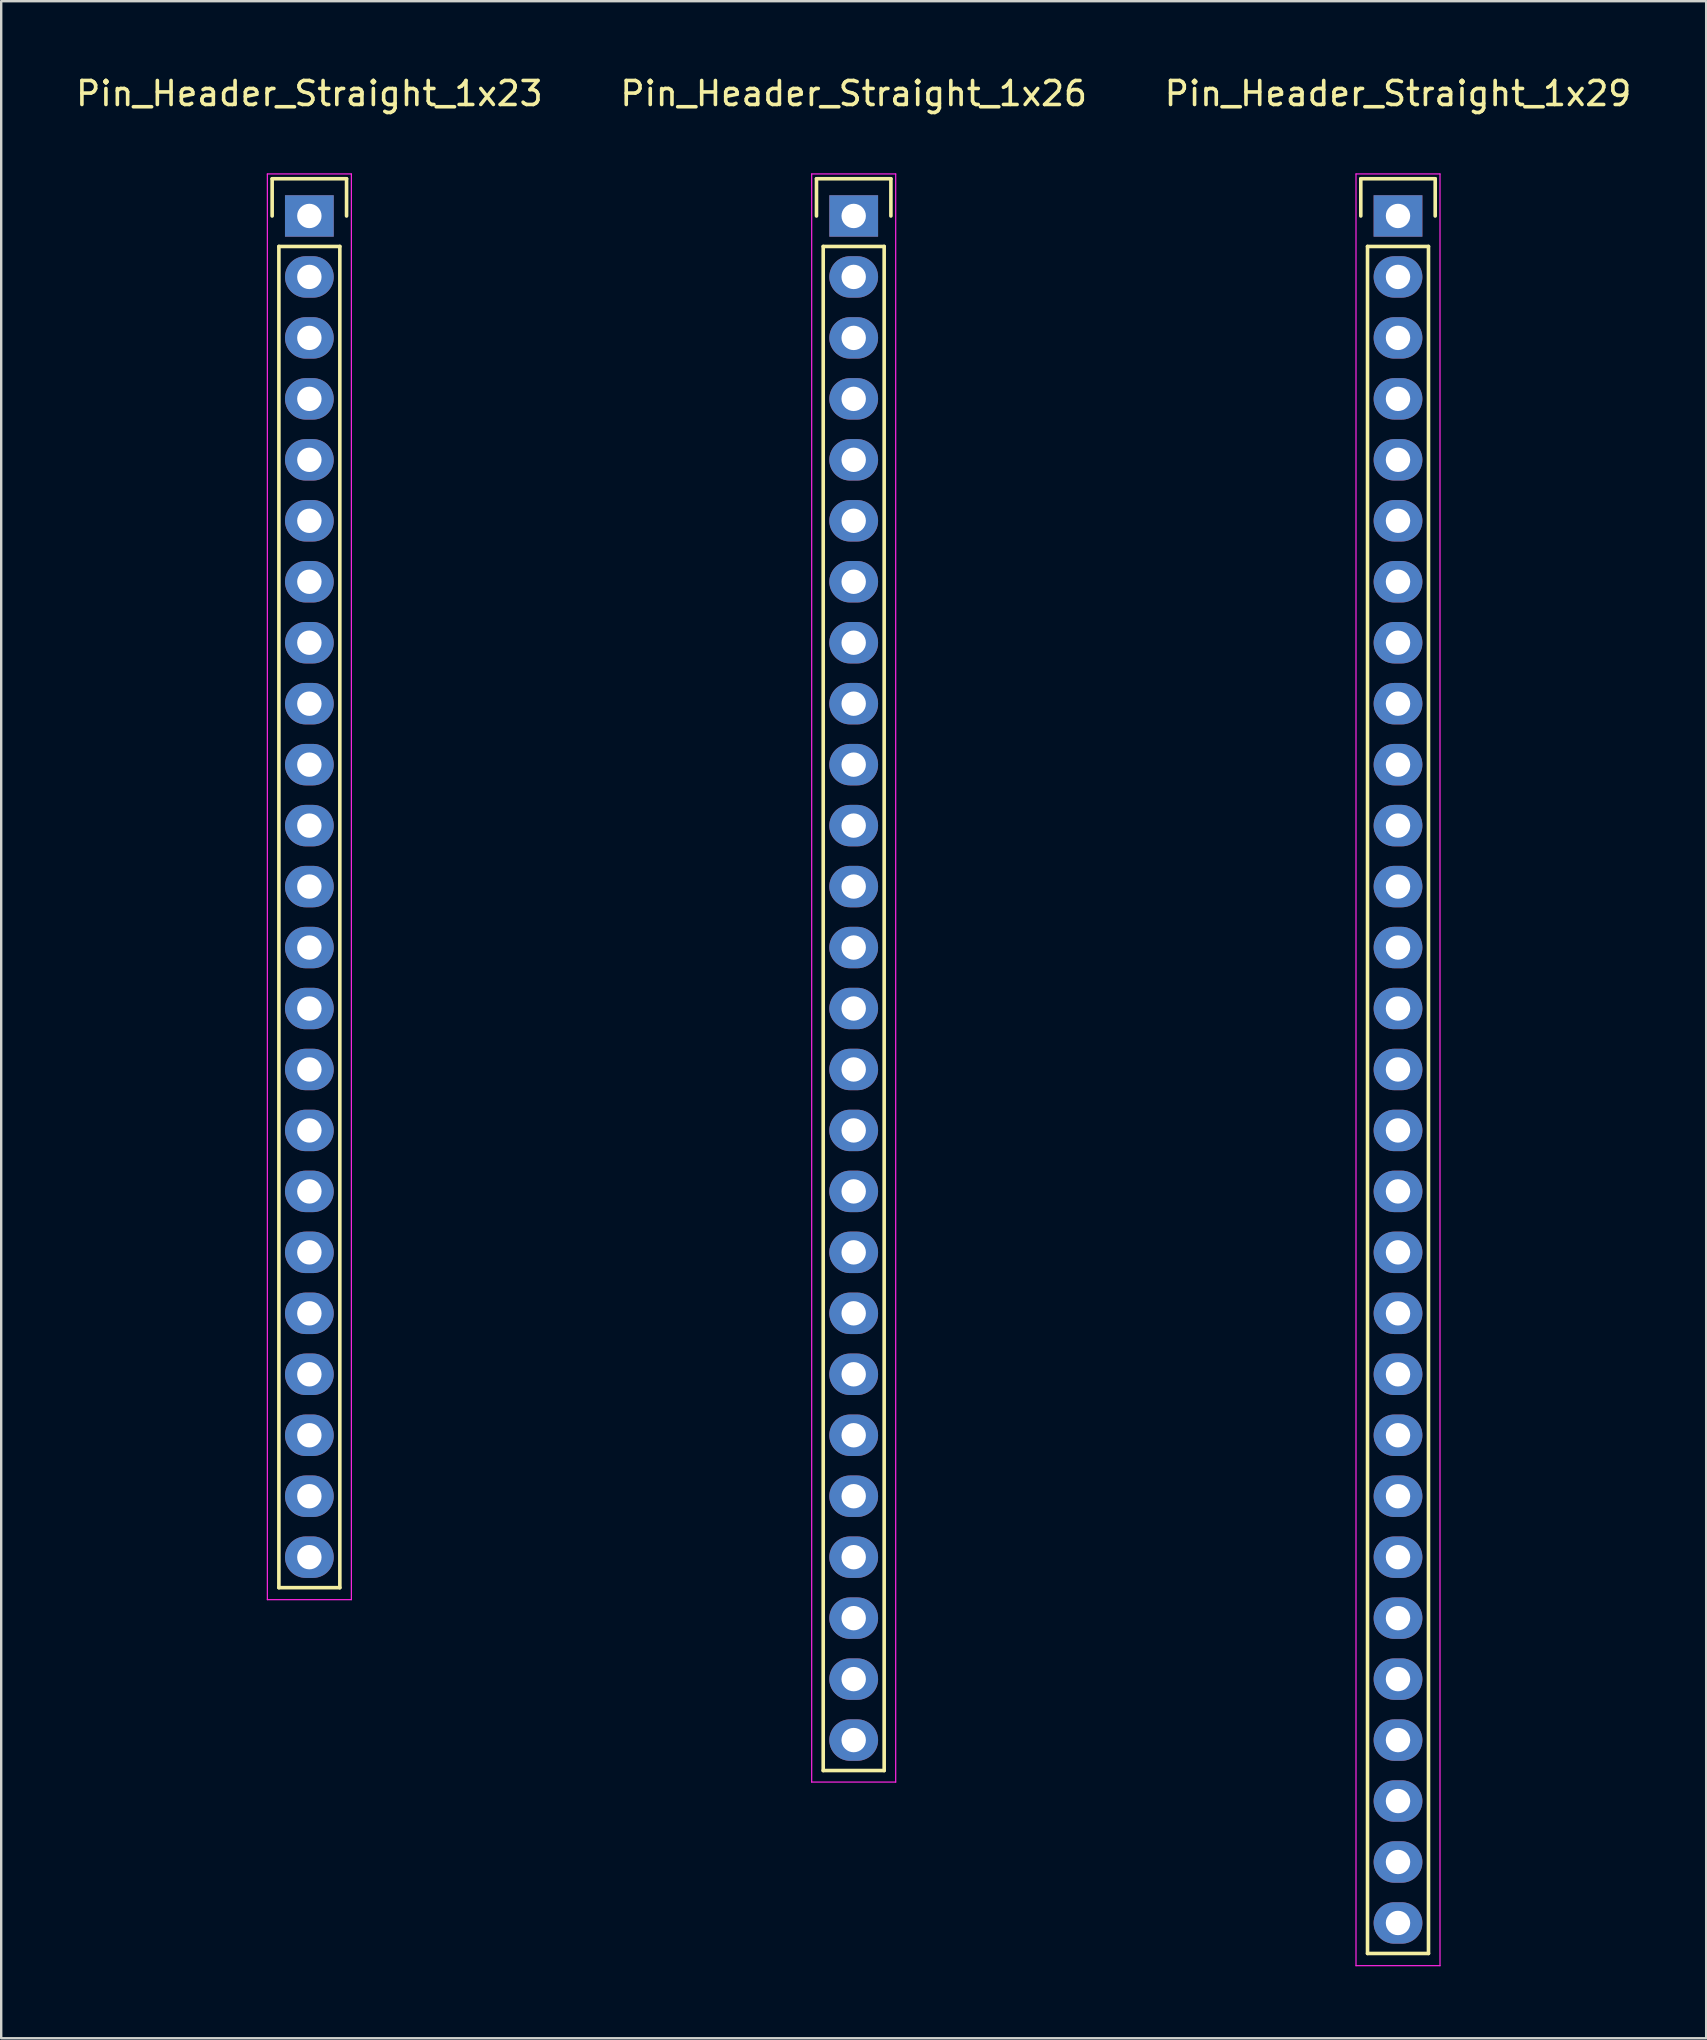
<source format=kicad_pcb>
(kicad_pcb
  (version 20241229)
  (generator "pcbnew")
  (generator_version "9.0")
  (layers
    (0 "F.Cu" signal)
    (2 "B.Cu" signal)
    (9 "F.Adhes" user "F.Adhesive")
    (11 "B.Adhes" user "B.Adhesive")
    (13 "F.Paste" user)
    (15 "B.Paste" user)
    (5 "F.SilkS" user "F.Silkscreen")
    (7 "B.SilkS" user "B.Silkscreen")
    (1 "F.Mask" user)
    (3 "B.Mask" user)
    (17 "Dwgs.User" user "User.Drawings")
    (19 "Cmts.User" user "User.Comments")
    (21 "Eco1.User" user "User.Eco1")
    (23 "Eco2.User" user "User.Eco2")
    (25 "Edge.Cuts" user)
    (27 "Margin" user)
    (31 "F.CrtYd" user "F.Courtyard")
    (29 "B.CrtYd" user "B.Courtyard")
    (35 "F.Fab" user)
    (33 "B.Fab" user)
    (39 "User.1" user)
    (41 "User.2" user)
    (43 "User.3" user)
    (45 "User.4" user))
  (footprint "Pin_Header_Straight_1x29"
    (layer "F.Cu")
    (at 55.196 5.948)
    (property "Reference" "Pin_Header_Straight_1x29" (at 0 -5.1 0) (layer "F.SilkS") (effects (font (size 1 1) (thickness 0.15))))
    (attr through_hole)
    (fp_line (start -1.55 -1.55) (end 1.55 -1.55) (stroke (width 0.15) (type solid)) (layer "F.SilkS"))
    (fp_line (start -1.55 0) (end -1.55 -1.55) (stroke (width 0.15) (type solid)) (layer "F.SilkS"))
    (fp_line (start -1.27 1.27) (end -1.27 72.39) (stroke (width 0.15) (type solid)) (layer "F.SilkS"))
    (fp_line (start -1.27 72.39) (end 1.27 72.39) (stroke (width 0.15) (type solid)) (layer "F.SilkS"))
    (fp_line (start 1.27 1.27) (end -1.27 1.27) (stroke (width 0.15) (type solid)) (layer "F.SilkS"))
    (fp_line (start 1.27 72.39) (end 1.27 1.27) (stroke (width 0.15) (type solid)) (layer "F.SilkS"))
    (fp_line (start 1.55 -1.55) (end 1.55 0) (stroke (width 0.15) (type solid)) (layer "F.SilkS"))
    (fp_line (start -1.75 -1.75) (end -1.75 72.9) (stroke (width 0.05) (type solid)) (layer "F.CrtYd"))
    (fp_line (start -1.75 -1.75) (end 1.75 -1.75) (stroke (width 0.05) (type solid)) (layer "F.CrtYd"))
    (fp_line (start -1.75 72.9) (end 1.75 72.9) (stroke (width 0.05) (type solid)) (layer "F.CrtYd"))
    (fp_line (start 1.75 -1.75) (end 1.75 72.9) (stroke (width 0.05) (type solid)) (layer "F.CrtYd"))
    (pad "1" thru_hole rect (at 0 0) (size 2.032 1.727) (drill 1.016) (layers "*.Cu" "*.Mask"))
    (pad "2" thru_hole oval (at 0 2.54) (size 2.032 1.727) (drill 1.016) (layers "*.Cu" "*.Mask"))
    (pad "3" thru_hole oval (at 0 5.08) (size 2.032 1.727) (drill 1.016) (layers "*.Cu" "*.Mask"))
    (pad "4" thru_hole oval (at 0 7.62) (size 2.032 1.727) (drill 1.016) (layers "*.Cu" "*.Mask"))
    (pad "5" thru_hole oval (at 0 10.16) (size 2.032 1.727) (drill 1.016) (layers "*.Cu" "*.Mask"))
    (pad "6" thru_hole oval (at 0 12.7) (size 2.032 1.727) (drill 1.016) (layers "*.Cu" "*.Mask"))
    (pad "7" thru_hole oval (at 0 15.24) (size 2.032 1.727) (drill 1.016) (layers "*.Cu" "*.Mask"))
    (pad "8" thru_hole oval (at 0 17.78) (size 2.032 1.727) (drill 1.016) (layers "*.Cu" "*.Mask"))
    (pad "9" thru_hole oval (at 0 20.32) (size 2.032 1.727) (drill 1.016) (layers "*.Cu" "*.Mask"))
    (pad "10" thru_hole oval (at 0 22.86) (size 2.032 1.727) (drill 1.016) (layers "*.Cu" "*.Mask"))
    (pad "11" thru_hole oval (at 0 25.4) (size 2.032 1.727) (drill 1.016) (layers "*.Cu" "*.Mask"))
    (pad "12" thru_hole oval (at 0 27.94) (size 2.032 1.727) (drill 1.016) (layers "*.Cu" "*.Mask"))
    (pad "13" thru_hole oval (at 0 30.48) (size 2.032 1.727) (drill 1.016) (layers "*.Cu" "*.Mask"))
    (pad "14" thru_hole oval (at 0 33.02) (size 2.032 1.727) (drill 1.016) (layers "*.Cu" "*.Mask"))
    (pad "15" thru_hole oval (at 0 35.56) (size 2.032 1.727) (drill 1.016) (layers "*.Cu" "*.Mask"))
    (pad "16" thru_hole oval (at 0 38.1) (size 2.032 1.727) (drill 1.016) (layers "*.Cu" "*.Mask"))
    (pad "17" thru_hole oval (at 0 40.64) (size 2.032 1.727) (drill 1.016) (layers "*.Cu" "*.Mask"))
    (pad "18" thru_hole oval (at 0 43.18) (size 2.032 1.727) (drill 1.016) (layers "*.Cu" "*.Mask"))
    (pad "19" thru_hole oval (at 0 45.72) (size 2.032 1.727) (drill 1.016) (layers "*.Cu" "*.Mask"))
    (pad "20" thru_hole oval (at 0 48.26) (size 2.032 1.727) (drill 1.016) (layers "*.Cu" "*.Mask"))
    (pad "21" thru_hole oval (at 0 50.8) (size 2.032 1.727) (drill 1.016) (layers "*.Cu" "*.Mask"))
    (pad "22" thru_hole oval (at 0 53.34) (size 2.032 1.727) (drill 1.016) (layers "*.Cu" "*.Mask"))
    (pad "23" thru_hole oval (at 0 55.88) (size 2.032 1.727) (drill 1.016) (layers "*.Cu" "*.Mask"))
    (pad "24" thru_hole oval (at 0 58.42) (size 2.032 1.727) (drill 1.016) (layers "*.Cu" "*.Mask"))
    (pad "25" thru_hole oval (at 0 60.96) (size 2.032 1.727) (drill 1.016) (layers "*.Cu" "*.Mask"))
    (pad "26" thru_hole oval (at 0 63.5) (size 2.032 1.727) (drill 1.016) (layers "*.Cu" "*.Mask"))
    (pad "27" thru_hole oval (at 0 66.04) (size 2.032 1.727) (drill 1.016) (layers "*.Cu" "*.Mask"))
    (pad "28" thru_hole oval (at 0 68.58) (size 2.032 1.727) (drill 1.016) (layers "*.Cu" "*.Mask"))
    (pad "29" thru_hole oval (at 0 71.12) (size 2.032 1.727) (drill 1.016) (layers "*.Cu" "*.Mask")))
  (footprint "Pin_Header_Straight_1x26"
    (layer "F.Cu")
    (at 32.518 5.948)
    (property "Reference" "Pin_Header_Straight_1x26" (at 0 -5.1 0) (layer "F.SilkS") (effects (font (size 1 1) (thickness 0.15))))
    (attr through_hole)
    (fp_line (start -1.55 -1.55) (end 1.55 -1.55) (stroke (width 0.15) (type solid)) (layer "F.SilkS"))
    (fp_line (start -1.55 0) (end -1.55 -1.55) (stroke (width 0.15) (type solid)) (layer "F.SilkS"))
    (fp_line (start -1.27 1.27) (end -1.27 64.77) (stroke (width 0.15) (type solid)) (layer "F.SilkS"))
    (fp_line (start -1.27 64.77) (end 1.27 64.77) (stroke (width 0.15) (type solid)) (layer "F.SilkS"))
    (fp_line (start 1.27 1.27) (end -1.27 1.27) (stroke (width 0.15) (type solid)) (layer "F.SilkS"))
    (fp_line (start 1.27 64.77) (end 1.27 1.27) (stroke (width 0.15) (type solid)) (layer "F.SilkS"))
    (fp_line (start 1.55 -1.55) (end 1.55 0) (stroke (width 0.15) (type solid)) (layer "F.SilkS"))
    (fp_line (start -1.75 -1.75) (end -1.75 65.25) (stroke (width 0.05) (type solid)) (layer "F.CrtYd"))
    (fp_line (start -1.75 -1.75) (end 1.75 -1.75) (stroke (width 0.05) (type solid)) (layer "F.CrtYd"))
    (fp_line (start -1.75 65.25) (end 1.75 65.25) (stroke (width 0.05) (type solid)) (layer "F.CrtYd"))
    (fp_line (start 1.75 -1.75) (end 1.75 65.25) (stroke (width 0.05) (type solid)) (layer "F.CrtYd"))
    (pad "1" thru_hole rect (at 0 0) (size 2.032 1.727) (drill 1.016) (layers "*.Cu" "*.Mask"))
    (pad "2" thru_hole oval (at 0 2.54) (size 2.032 1.727) (drill 1.016) (layers "*.Cu" "*.Mask"))
    (pad "3" thru_hole oval (at 0 5.08) (size 2.032 1.727) (drill 1.016) (layers "*.Cu" "*.Mask"))
    (pad "4" thru_hole oval (at 0 7.62) (size 2.032 1.727) (drill 1.016) (layers "*.Cu" "*.Mask"))
    (pad "5" thru_hole oval (at 0 10.16) (size 2.032 1.727) (drill 1.016) (layers "*.Cu" "*.Mask"))
    (pad "6" thru_hole oval (at 0 12.7) (size 2.032 1.727) (drill 1.016) (layers "*.Cu" "*.Mask"))
    (pad "7" thru_hole oval (at 0 15.24) (size 2.032 1.727) (drill 1.016) (layers "*.Cu" "*.Mask"))
    (pad "8" thru_hole oval (at 0 17.78) (size 2.032 1.727) (drill 1.016) (layers "*.Cu" "*.Mask"))
    (pad "9" thru_hole oval (at 0 20.32) (size 2.032 1.727) (drill 1.016) (layers "*.Cu" "*.Mask"))
    (pad "10" thru_hole oval (at 0 22.86) (size 2.032 1.727) (drill 1.016) (layers "*.Cu" "*.Mask"))
    (pad "11" thru_hole oval (at 0 25.4) (size 2.032 1.727) (drill 1.016) (layers "*.Cu" "*.Mask"))
    (pad "12" thru_hole oval (at 0 27.94) (size 2.032 1.727) (drill 1.016) (layers "*.Cu" "*.Mask"))
    (pad "13" thru_hole oval (at 0 30.48) (size 2.032 1.727) (drill 1.016) (layers "*.Cu" "*.Mask"))
    (pad "14" thru_hole oval (at 0 33.02) (size 2.032 1.727) (drill 1.016) (layers "*.Cu" "*.Mask"))
    (pad "15" thru_hole oval (at 0 35.56) (size 2.032 1.727) (drill 1.016) (layers "*.Cu" "*.Mask"))
    (pad "16" thru_hole oval (at 0 38.1) (size 2.032 1.727) (drill 1.016) (layers "*.Cu" "*.Mask"))
    (pad "17" thru_hole oval (at 0 40.64) (size 2.032 1.727) (drill 1.016) (layers "*.Cu" "*.Mask"))
    (pad "18" thru_hole oval (at 0 43.18) (size 2.032 1.727) (drill 1.016) (layers "*.Cu" "*.Mask"))
    (pad "19" thru_hole oval (at 0 45.72) (size 2.032 1.727) (drill 1.016) (layers "*.Cu" "*.Mask"))
    (pad "20" thru_hole oval (at 0 48.26) (size 2.032 1.727) (drill 1.016) (layers "*.Cu" "*.Mask"))
    (pad "21" thru_hole oval (at 0 50.8) (size 2.032 1.727) (drill 1.016) (layers "*.Cu" "*.Mask"))
    (pad "22" thru_hole oval (at 0 53.34) (size 2.032 1.727) (drill 1.016) (layers "*.Cu" "*.Mask"))
    (pad "23" thru_hole oval (at 0 55.88) (size 2.032 1.727) (drill 1.016) (layers "*.Cu" "*.Mask"))
    (pad "24" thru_hole oval (at 0 58.42) (size 2.032 1.727) (drill 1.016) (layers "*.Cu" "*.Mask"))
    (pad "25" thru_hole oval (at 0 60.96) (size 2.032 1.727) (drill 1.016) (layers "*.Cu" "*.Mask"))
    (pad "26" thru_hole oval (at 0 63.5) (size 2.032 1.727) (drill 1.016) (layers "*.Cu" "*.Mask")))
  (footprint "Pin_Header_Straight_1x23"
    (layer "F.Cu")
    (at 9.839 5.948)
    (property "Reference" "Pin_Header_Straight_1x23" (at 0 -5.1 0) (layer "F.SilkS") (effects (font (size 1 1) (thickness 0.15))))
    (attr through_hole)
    (fp_line (start -1.55 -1.55) (end 1.55 -1.55) (stroke (width 0.15) (type solid)) (layer "F.SilkS"))
    (fp_line (start -1.55 0) (end -1.55 -1.55) (stroke (width 0.15) (type solid)) (layer "F.SilkS"))
    (fp_line (start -1.27 1.27) (end -1.27 57.15) (stroke (width 0.15) (type solid)) (layer "F.SilkS"))
    (fp_line (start -1.27 57.15) (end 1.27 57.15) (stroke (width 0.15) (type solid)) (layer "F.SilkS"))
    (fp_line (start 1.27 1.27) (end -1.27 1.27) (stroke (width 0.15) (type solid)) (layer "F.SilkS"))
    (fp_line (start 1.27 57.15) (end 1.27 1.27) (stroke (width 0.15) (type solid)) (layer "F.SilkS"))
    (fp_line (start 1.55 -1.55) (end 1.55 0) (stroke (width 0.15) (type solid)) (layer "F.SilkS"))
    (fp_line (start -1.75 -1.75) (end -1.75 57.65) (stroke (width 0.05) (type solid)) (layer "F.CrtYd"))
    (fp_line (start -1.75 -1.75) (end 1.75 -1.75) (stroke (width 0.05) (type solid)) (layer "F.CrtYd"))
    (fp_line (start -1.75 57.65) (end 1.75 57.65) (stroke (width 0.05) (type solid)) (layer "F.CrtYd"))
    (fp_line (start 1.75 -1.75) (end 1.75 57.65) (stroke (width 0.05) (type solid)) (layer "F.CrtYd"))
    (pad "1" thru_hole rect (at 0 0) (size 2.032 1.727) (drill 1.016) (layers "*.Cu" "*.Mask"))
    (pad "2" thru_hole oval (at 0 2.54) (size 2.032 1.727) (drill 1.016) (layers "*.Cu" "*.Mask"))
    (pad "3" thru_hole oval (at 0 5.08) (size 2.032 1.727) (drill 1.016) (layers "*.Cu" "*.Mask"))
    (pad "4" thru_hole oval (at 0 7.62) (size 2.032 1.727) (drill 1.016) (layers "*.Cu" "*.Mask"))
    (pad "5" thru_hole oval (at 0 10.16) (size 2.032 1.727) (drill 1.016) (layers "*.Cu" "*.Mask"))
    (pad "6" thru_hole oval (at 0 12.7) (size 2.032 1.727) (drill 1.016) (layers "*.Cu" "*.Mask"))
    (pad "7" thru_hole oval (at 0 15.24) (size 2.032 1.727) (drill 1.016) (layers "*.Cu" "*.Mask"))
    (pad "8" thru_hole oval (at 0 17.78) (size 2.032 1.727) (drill 1.016) (layers "*.Cu" "*.Mask"))
    (pad "9" thru_hole oval (at 0 20.32) (size 2.032 1.727) (drill 1.016) (layers "*.Cu" "*.Mask"))
    (pad "10" thru_hole oval (at 0 22.86) (size 2.032 1.727) (drill 1.016) (layers "*.Cu" "*.Mask"))
    (pad "11" thru_hole oval (at 0 25.4) (size 2.032 1.727) (drill 1.016) (layers "*.Cu" "*.Mask"))
    (pad "12" thru_hole oval (at 0 27.94) (size 2.032 1.727) (drill 1.016) (layers "*.Cu" "*.Mask"))
    (pad "13" thru_hole oval (at 0 30.48) (size 2.032 1.727) (drill 1.016) (layers "*.Cu" "*.Mask"))
    (pad "14" thru_hole oval (at 0 33.02) (size 2.032 1.727) (drill 1.016) (layers "*.Cu" "*.Mask"))
    (pad "15" thru_hole oval (at 0 35.56) (size 2.032 1.727) (drill 1.016) (layers "*.Cu" "*.Mask"))
    (pad "16" thru_hole oval (at 0 38.1) (size 2.032 1.727) (drill 1.016) (layers "*.Cu" "*.Mask"))
    (pad "17" thru_hole oval (at 0 40.64) (size 2.032 1.727) (drill 1.016) (layers "*.Cu" "*.Mask"))
    (pad "18" thru_hole oval (at 0 43.18) (size 2.032 1.727) (drill 1.016) (layers "*.Cu" "*.Mask"))
    (pad "19" thru_hole oval (at 0 45.72) (size 2.032 1.727) (drill 1.016) (layers "*.Cu" "*.Mask"))
    (pad "20" thru_hole oval (at 0 48.26) (size 2.032 1.727) (drill 1.016) (layers "*.Cu" "*.Mask"))
    (pad "21" thru_hole oval (at 0 50.8) (size 2.032 1.727) (drill 1.016) (layers "*.Cu" "*.Mask"))
    (pad "22" thru_hole oval (at 0 53.34) (size 2.032 1.727) (drill 1.016) (layers "*.Cu" "*.Mask"))
    (pad "23" thru_hole oval (at 0 55.88) (size 2.032 1.727) (drill 1.016) (layers "*.Cu" "*.Mask")))
  (gr_rect
    (start -3 -3)
    (end 68.036 81.873)
    (stroke (width 0.1) (type default))
    (fill no)
    (layer "Edge.Cuts")))
</source>
